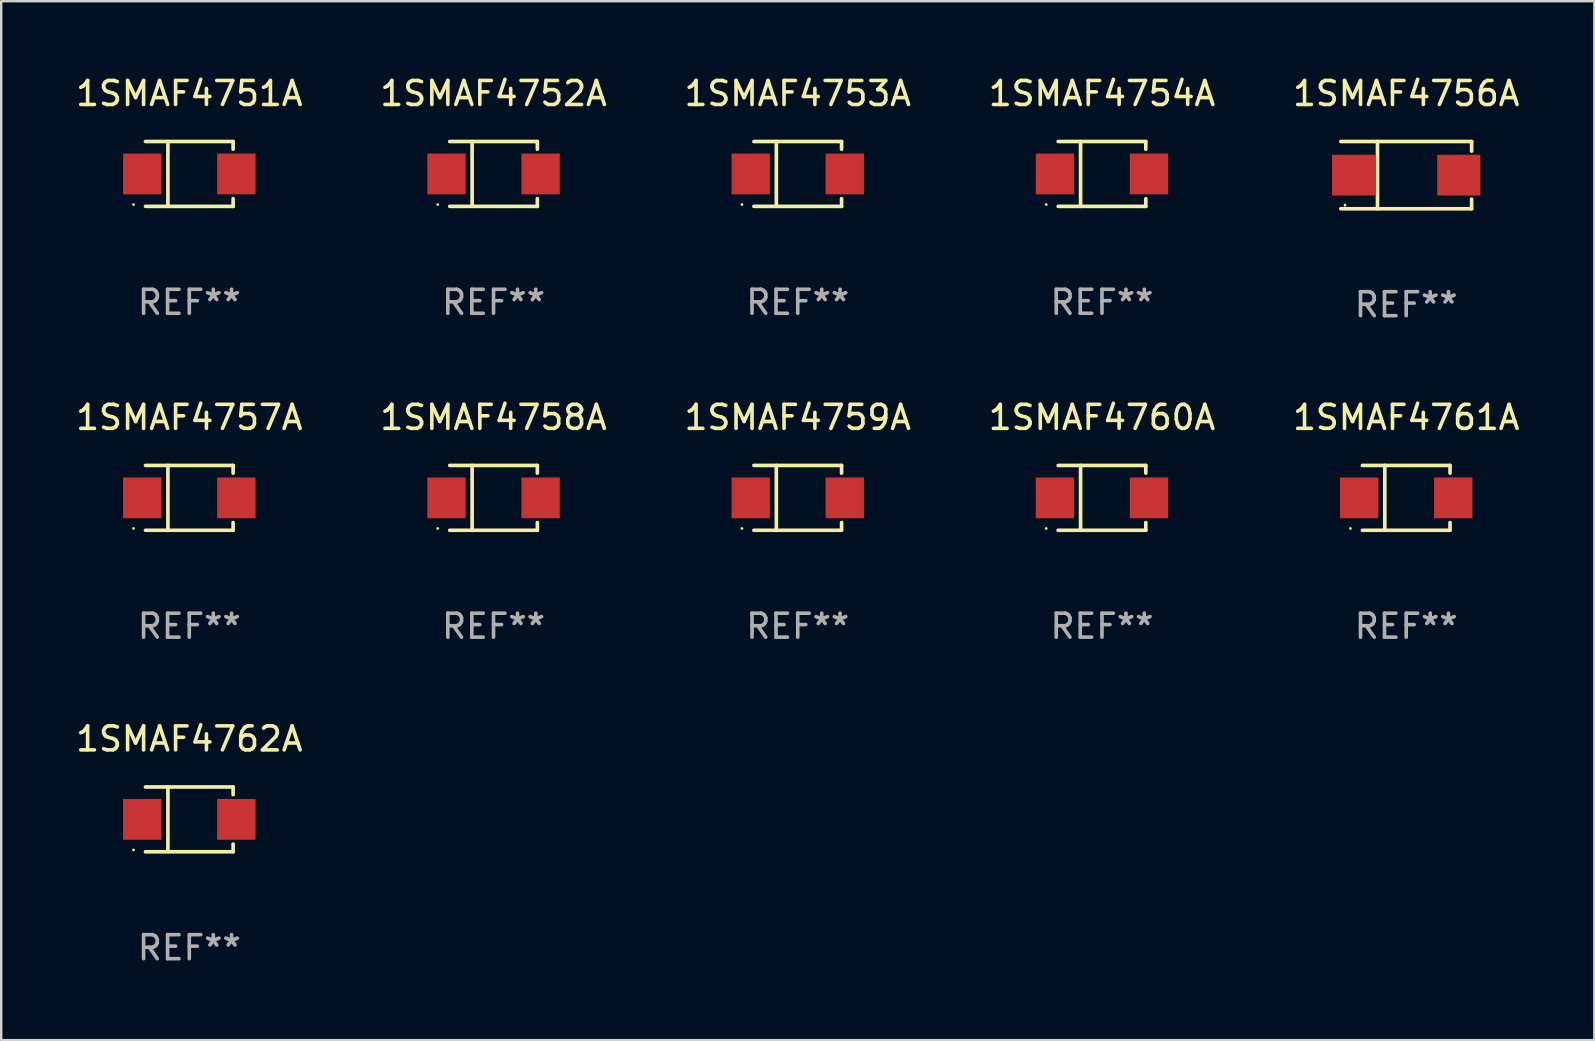
<source format=kicad_pcb>
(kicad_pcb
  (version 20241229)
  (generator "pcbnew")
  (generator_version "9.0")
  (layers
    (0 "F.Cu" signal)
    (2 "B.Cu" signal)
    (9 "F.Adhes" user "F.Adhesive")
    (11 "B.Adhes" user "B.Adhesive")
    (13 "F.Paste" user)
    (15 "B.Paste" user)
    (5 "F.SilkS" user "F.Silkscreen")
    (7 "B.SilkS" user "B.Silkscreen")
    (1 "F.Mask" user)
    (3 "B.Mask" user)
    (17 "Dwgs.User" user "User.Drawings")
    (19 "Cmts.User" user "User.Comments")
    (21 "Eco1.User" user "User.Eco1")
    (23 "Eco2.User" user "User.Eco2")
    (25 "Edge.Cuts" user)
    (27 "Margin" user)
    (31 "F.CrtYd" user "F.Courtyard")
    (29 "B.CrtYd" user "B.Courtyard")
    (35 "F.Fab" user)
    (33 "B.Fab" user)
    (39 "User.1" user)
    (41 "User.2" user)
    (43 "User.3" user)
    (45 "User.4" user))
  (footprint "1SMAF4754A"
    (layer "F.Cu")
    (at 42.875 4.199)
    (property "Reference" "1SMAF4754A" (at 0 -3.351 0) (layer "F.SilkS") (effects (font (size 1 1) (thickness 0.15))))
    (attr through_hole)
    (fp_line (start -1.826 -1.351) (end 1.826 -1.351) (stroke (width 0.152) (type solid)) (layer "F.SilkS"))
    (fp_line (start -1.826 1.351) (end 1.826 1.351) (stroke (width 0.152) (type solid)) (layer "F.SilkS"))
    (fp_line (start -0.892 -1.351) (end -0.892 1.351) (stroke (width 0.152) (type solid)) (layer "F.SilkS"))
    (fp_line (start 1.826 -1.351) (end 1.826 -1.03) (stroke (width 0.152) (type solid)) (layer "F.SilkS"))
    (fp_line (start 1.826 1.03) (end 1.826 1.351) (stroke (width 0.152) (type solid)) (layer "F.SilkS"))
    (fp_circle (center -2.325 1.275) (end -2.295 1.275) (stroke (width 0.06) (type solid)) (fill no) (layer "F.SilkS"))
    (fp_text user "REF**" (at 0 5.351 0) (layer "F.Fab") (effects (font (size 1 1) (thickness 0.15))))
    (pad "1" smd rect (at -1.96 0 180) (size 1.6 1.7) (layers "F.Cu" "F.Mask" "F.Paste"))
    (pad "2" smd rect (at 1.96 0 180) (size 1.6 1.7) (layers "F.Cu" "F.Mask" "F.Paste")))
  (footprint "1SMAF4757A"
    (layer "F.Cu")
    (at 4.839 17.698)
    (property "Reference" "1SMAF4757A" (at 0 -3.351 0) (layer "F.SilkS") (effects (font (size 1 1) (thickness 0.15))))
    (attr through_hole)
    (fp_line (start -1.826 -1.351) (end 1.826 -1.351) (stroke (width 0.152) (type solid)) (layer "F.SilkS"))
    (fp_line (start -1.826 1.351) (end 1.826 1.351) (stroke (width 0.152) (type solid)) (layer "F.SilkS"))
    (fp_line (start -0.892 -1.351) (end -0.892 1.351) (stroke (width 0.152) (type solid)) (layer "F.SilkS"))
    (fp_line (start 1.826 -1.351) (end 1.826 -1.03) (stroke (width 0.152) (type solid)) (layer "F.SilkS"))
    (fp_line (start 1.826 1.03) (end 1.826 1.351) (stroke (width 0.152) (type solid)) (layer "F.SilkS"))
    (fp_circle (center -2.325 1.275) (end -2.295 1.275) (stroke (width 0.06) (type solid)) (fill no) (layer "F.SilkS"))
    (fp_text user "REF**" (at 0 5.351 0) (layer "F.Fab") (effects (font (size 1 1) (thickness 0.15))))
    (pad "1" smd rect (at -1.96 0 180) (size 1.6 1.7) (layers "F.Cu" "F.Mask" "F.Paste"))
    (pad "2" smd rect (at 1.96 0 180) (size 1.6 1.7) (layers "F.Cu" "F.Mask" "F.Paste")))
  (footprint "1SMAF4753A"
    (layer "F.Cu")
    (at 30.196 4.199)
    (property "Reference" "1SMAF4753A" (at 0 -3.351 0) (layer "F.SilkS") (effects (font (size 1 1) (thickness 0.15))))
    (attr through_hole)
    (fp_line (start -1.826 -1.351) (end 1.826 -1.351) (stroke (width 0.152) (type solid)) (layer "F.SilkS"))
    (fp_line (start -1.826 1.351) (end 1.826 1.351) (stroke (width 0.152) (type solid)) (layer "F.SilkS"))
    (fp_line (start -0.892 -1.351) (end -0.892 1.351) (stroke (width 0.152) (type solid)) (layer "F.SilkS"))
    (fp_line (start 1.826 -1.351) (end 1.826 -1.03) (stroke (width 0.152) (type solid)) (layer "F.SilkS"))
    (fp_line (start 1.826 1.03) (end 1.826 1.351) (stroke (width 0.152) (type solid)) (layer "F.SilkS"))
    (fp_circle (center -2.325 1.275) (end -2.295 1.275) (stroke (width 0.06) (type solid)) (fill no) (layer "F.SilkS"))
    (fp_text user "REF**" (at 0 5.351 0) (layer "F.Fab") (effects (font (size 1 1) (thickness 0.15))))
    (pad "1" smd rect (at -1.96 0 180) (size 1.6 1.7) (layers "F.Cu" "F.Mask" "F.Paste"))
    (pad "2" smd rect (at 1.96 0 180) (size 1.6 1.7) (layers "F.Cu" "F.Mask" "F.Paste")))
  (footprint "1SMAF4760A"
    (layer "F.Cu")
    (at 42.875 17.698)
    (property "Reference" "1SMAF4760A" (at 0 -3.351 0) (layer "F.SilkS") (effects (font (size 1 1) (thickness 0.15))))
    (attr through_hole)
    (fp_line (start -1.826 -1.351) (end 1.826 -1.351) (stroke (width 0.152) (type solid)) (layer "F.SilkS"))
    (fp_line (start -1.826 1.351) (end 1.826 1.351) (stroke (width 0.152) (type solid)) (layer "F.SilkS"))
    (fp_line (start -0.892 -1.351) (end -0.892 1.351) (stroke (width 0.152) (type solid)) (layer "F.SilkS"))
    (fp_line (start 1.826 -1.351) (end 1.826 -1.03) (stroke (width 0.152) (type solid)) (layer "F.SilkS"))
    (fp_line (start 1.826 1.03) (end 1.826 1.351) (stroke (width 0.152) (type solid)) (layer "F.SilkS"))
    (fp_circle (center -2.325 1.275) (end -2.295 1.275) (stroke (width 0.06) (type solid)) (fill no) (layer "F.SilkS"))
    (fp_text user "REF**" (at 0 5.351 0) (layer "F.Fab") (effects (font (size 1 1) (thickness 0.15))))
    (pad "1" smd rect (at -1.96 0 180) (size 1.6 1.7) (layers "F.Cu" "F.Mask" "F.Paste"))
    (pad "2" smd rect (at 1.96 0 180) (size 1.6 1.7) (layers "F.Cu" "F.Mask" "F.Paste")))
  (footprint "1SMAF4758A"
    (layer "F.Cu")
    (at 17.518 17.698)
    (property "Reference" "1SMAF4758A" (at 0 -3.351 0) (layer "F.SilkS") (effects (font (size 1 1) (thickness 0.15))))
    (attr through_hole)
    (fp_line (start -1.826 -1.351) (end 1.826 -1.351) (stroke (width 0.152) (type solid)) (layer "F.SilkS"))
    (fp_line (start -1.826 1.351) (end 1.826 1.351) (stroke (width 0.152) (type solid)) (layer "F.SilkS"))
    (fp_line (start -0.892 -1.351) (end -0.892 1.351) (stroke (width 0.152) (type solid)) (layer "F.SilkS"))
    (fp_line (start 1.826 -1.351) (end 1.826 -1.03) (stroke (width 0.152) (type solid)) (layer "F.SilkS"))
    (fp_line (start 1.826 1.03) (end 1.826 1.351) (stroke (width 0.152) (type solid)) (layer "F.SilkS"))
    (fp_circle (center -2.325 1.275) (end -2.295 1.275) (stroke (width 0.06) (type solid)) (fill no) (layer "F.SilkS"))
    (fp_text user "REF**" (at 0 5.351 0) (layer "F.Fab") (effects (font (size 1 1) (thickness 0.15))))
    (pad "1" smd rect (at -1.96 0 180) (size 1.6 1.7) (layers "F.Cu" "F.Mask" "F.Paste"))
    (pad "2" smd rect (at 1.96 0 180) (size 1.6 1.7) (layers "F.Cu" "F.Mask" "F.Paste")))
  (footprint "1SMAF4756A"
    (layer "F.Cu")
    (at 55.554 4.249)
    (property "Reference" "1SMAF4756A" (at 0 -3.401 0) (layer "F.SilkS") (effects (font (size 1 1) (thickness 0.15))))
    (attr through_hole)
    (fp_line (start -2.726 -1.401) (end 2.726 -1.401) (stroke (width 0.152) (type solid)) (layer "F.SilkS"))
    (fp_line (start -2.726 1.401) (end 2.726 1.401) (stroke (width 0.152) (type solid)) (layer "F.SilkS"))
    (fp_line (start -1.197 -1.401) (end -1.197 1.401) (stroke (width 0.152) (type solid)) (layer "F.SilkS"))
    (fp_line (start 2.726 -1.401) (end 2.726 -1) (stroke (width 0.152) (type solid)) (layer "F.SilkS"))
    (fp_line (start 2.726 1.401) (end 2.726 1) (stroke (width 0.152) (type solid)) (layer "F.SilkS"))
    (fp_circle (center -2.55 1.25) (end -2.52 1.25) (stroke (width 0.06) (type solid)) (fill no) (layer "F.SilkS"))
    (fp_text user "REF**" (at 0 5.401 0) (layer "F.Fab") (effects (font (size 1 1) (thickness 0.15))))
    (pad "1" smd rect (at -2.192 0) (size 1.8 1.7) (layers "F.Cu" "F.Mask" "F.Paste"))
    (pad "2" smd rect (at 2.192 0) (size 1.8 1.7) (layers "F.Cu" "F.Mask" "F.Paste")))
  (footprint "1SMAF4759A"
    (layer "F.Cu")
    (at 30.196 17.698)
    (property "Reference" "1SMAF4759A" (at 0 -3.351 0) (layer "F.SilkS") (effects (font (size 1 1) (thickness 0.15))))
    (attr through_hole)
    (fp_line (start -1.826 -1.351) (end 1.826 -1.351) (stroke (width 0.152) (type solid)) (layer "F.SilkS"))
    (fp_line (start -1.826 1.351) (end 1.826 1.351) (stroke (width 0.152) (type solid)) (layer "F.SilkS"))
    (fp_line (start -0.892 -1.351) (end -0.892 1.351) (stroke (width 0.152) (type solid)) (layer "F.SilkS"))
    (fp_line (start 1.826 -1.351) (end 1.826 -1.03) (stroke (width 0.152) (type solid)) (layer "F.SilkS"))
    (fp_line (start 1.826 1.03) (end 1.826 1.351) (stroke (width 0.152) (type solid)) (layer "F.SilkS"))
    (fp_circle (center -2.325 1.275) (end -2.295 1.275) (stroke (width 0.06) (type solid)) (fill no) (layer "F.SilkS"))
    (fp_text user "REF**" (at 0 5.351 0) (layer "F.Fab") (effects (font (size 1 1) (thickness 0.15))))
    (pad "1" smd rect (at -1.96 0 180) (size 1.6 1.7) (layers "F.Cu" "F.Mask" "F.Paste"))
    (pad "2" smd rect (at 1.96 0 180) (size 1.6 1.7) (layers "F.Cu" "F.Mask" "F.Paste")))
  (footprint "1SMAF4762A"
    (layer "F.Cu")
    (at 4.839 31.097)
    (property "Reference" "1SMAF4762A" (at 0 -3.351 0) (layer "F.SilkS") (effects (font (size 1 1) (thickness 0.15))))
    (attr through_hole)
    (fp_line (start -1.826 -1.351) (end 1.826 -1.351) (stroke (width 0.152) (type solid)) (layer "F.SilkS"))
    (fp_line (start -1.826 1.351) (end 1.826 1.351) (stroke (width 0.152) (type solid)) (layer "F.SilkS"))
    (fp_line (start -0.892 -1.351) (end -0.892 1.351) (stroke (width 0.152) (type solid)) (layer "F.SilkS"))
    (fp_line (start 1.826 -1.351) (end 1.826 -1.03) (stroke (width 0.152) (type solid)) (layer "F.SilkS"))
    (fp_line (start 1.826 1.03) (end 1.826 1.351) (stroke (width 0.152) (type solid)) (layer "F.SilkS"))
    (fp_circle (center -2.325 1.275) (end -2.295 1.275) (stroke (width 0.06) (type solid)) (fill no) (layer "F.SilkS"))
    (fp_text user "REF**" (at 0 5.351 0) (layer "F.Fab") (effects (font (size 1 1) (thickness 0.15))))
    (pad "1" smd rect (at -1.96 0 180) (size 1.6 1.7) (layers "F.Cu" "F.Mask" "F.Paste"))
    (pad "2" smd rect (at 1.96 0 180) (size 1.6 1.7) (layers "F.Cu" "F.Mask" "F.Paste")))
  (footprint "1SMAF4752A"
    (layer "F.Cu")
    (at 17.518 4.199)
    (property "Reference" "1SMAF4752A" (at 0 -3.351 0) (layer "F.SilkS") (effects (font (size 1 1) (thickness 0.15))))
    (attr through_hole)
    (fp_line (start -1.826 -1.351) (end 1.826 -1.351) (stroke (width 0.152) (type solid)) (layer "F.SilkS"))
    (fp_line (start -1.826 1.351) (end 1.826 1.351) (stroke (width 0.152) (type solid)) (layer "F.SilkS"))
    (fp_line (start -0.892 -1.351) (end -0.892 1.351) (stroke (width 0.152) (type solid)) (layer "F.SilkS"))
    (fp_line (start 1.826 -1.351) (end 1.826 -1.03) (stroke (width 0.152) (type solid)) (layer "F.SilkS"))
    (fp_line (start 1.826 1.03) (end 1.826 1.351) (stroke (width 0.152) (type solid)) (layer "F.SilkS"))
    (fp_circle (center -2.325 1.275) (end -2.295 1.275) (stroke (width 0.06) (type solid)) (fill no) (layer "F.SilkS"))
    (fp_text user "REF**" (at 0 5.351 0) (layer "F.Fab") (effects (font (size 1 1) (thickness 0.15))))
    (pad "1" smd rect (at -1.96 0 180) (size 1.6 1.7) (layers "F.Cu" "F.Mask" "F.Paste"))
    (pad "2" smd rect (at 1.96 0 180) (size 1.6 1.7) (layers "F.Cu" "F.Mask" "F.Paste")))
  (footprint "1SMAF4751A"
    (layer "F.Cu")
    (at 4.839 4.199)
    (property "Reference" "1SMAF4751A" (at 0 -3.351 0) (layer "F.SilkS") (effects (font (size 1 1) (thickness 0.15))))
    (attr through_hole)
    (fp_line (start -1.826 -1.351) (end 1.826 -1.351) (stroke (width 0.152) (type solid)) (layer "F.SilkS"))
    (fp_line (start -1.826 1.351) (end 1.826 1.351) (stroke (width 0.152) (type solid)) (layer "F.SilkS"))
    (fp_line (start -0.892 -1.351) (end -0.892 1.351) (stroke (width 0.152) (type solid)) (layer "F.SilkS"))
    (fp_line (start 1.826 -1.351) (end 1.826 -1.03) (stroke (width 0.152) (type solid)) (layer "F.SilkS"))
    (fp_line (start 1.826 1.03) (end 1.826 1.351) (stroke (width 0.152) (type solid)) (layer "F.SilkS"))
    (fp_circle (center -2.325 1.275) (end -2.295 1.275) (stroke (width 0.06) (type solid)) (fill no) (layer "F.SilkS"))
    (fp_text user "REF**" (at 0 5.351 0) (layer "F.Fab") (effects (font (size 1 1) (thickness 0.15))))
    (pad "1" smd rect (at -1.96 0 180) (size 1.6 1.7) (layers "F.Cu" "F.Mask" "F.Paste"))
    (pad "2" smd rect (at 1.96 0 180) (size 1.6 1.7) (layers "F.Cu" "F.Mask" "F.Paste")))
  (footprint "1SMAF4761A"
    (layer "F.Cu")
    (at 55.554 17.698)
    (property "Reference" "1SMAF4761A" (at 0 -3.351 0) (layer "F.SilkS") (effects (font (size 1 1) (thickness 0.15))))
    (attr through_hole)
    (fp_line (start -1.826 -1.351) (end 1.826 -1.351) (stroke (width 0.152) (type solid)) (layer "F.SilkS"))
    (fp_line (start -1.826 1.351) (end 1.826 1.351) (stroke (width 0.152) (type solid)) (layer "F.SilkS"))
    (fp_line (start -0.892 -1.351) (end -0.892 1.351) (stroke (width 0.152) (type solid)) (layer "F.SilkS"))
    (fp_line (start 1.826 -1.351) (end 1.826 -1.03) (stroke (width 0.152) (type solid)) (layer "F.SilkS"))
    (fp_line (start 1.826 1.03) (end 1.826 1.351) (stroke (width 0.152) (type solid)) (layer "F.SilkS"))
    (fp_circle (center -2.325 1.275) (end -2.295 1.275) (stroke (width 0.06) (type solid)) (fill no) (layer "F.SilkS"))
    (fp_text user "REF**" (at 0 5.351 0) (layer "F.Fab") (effects (font (size 1 1) (thickness 0.15))))
    (pad "1" smd rect (at -1.96 0 180) (size 1.6 1.7) (layers "F.Cu" "F.Mask" "F.Paste"))
    (pad "2" smd rect (at 1.96 0 180) (size 1.6 1.7) (layers "F.Cu" "F.Mask" "F.Paste")))
  (gr_rect
    (start -3 -3)
    (end 63.393 40.297)
    (stroke (width 0.1) (type default))
    (fill no)
    (layer "Edge.Cuts")))
</source>
